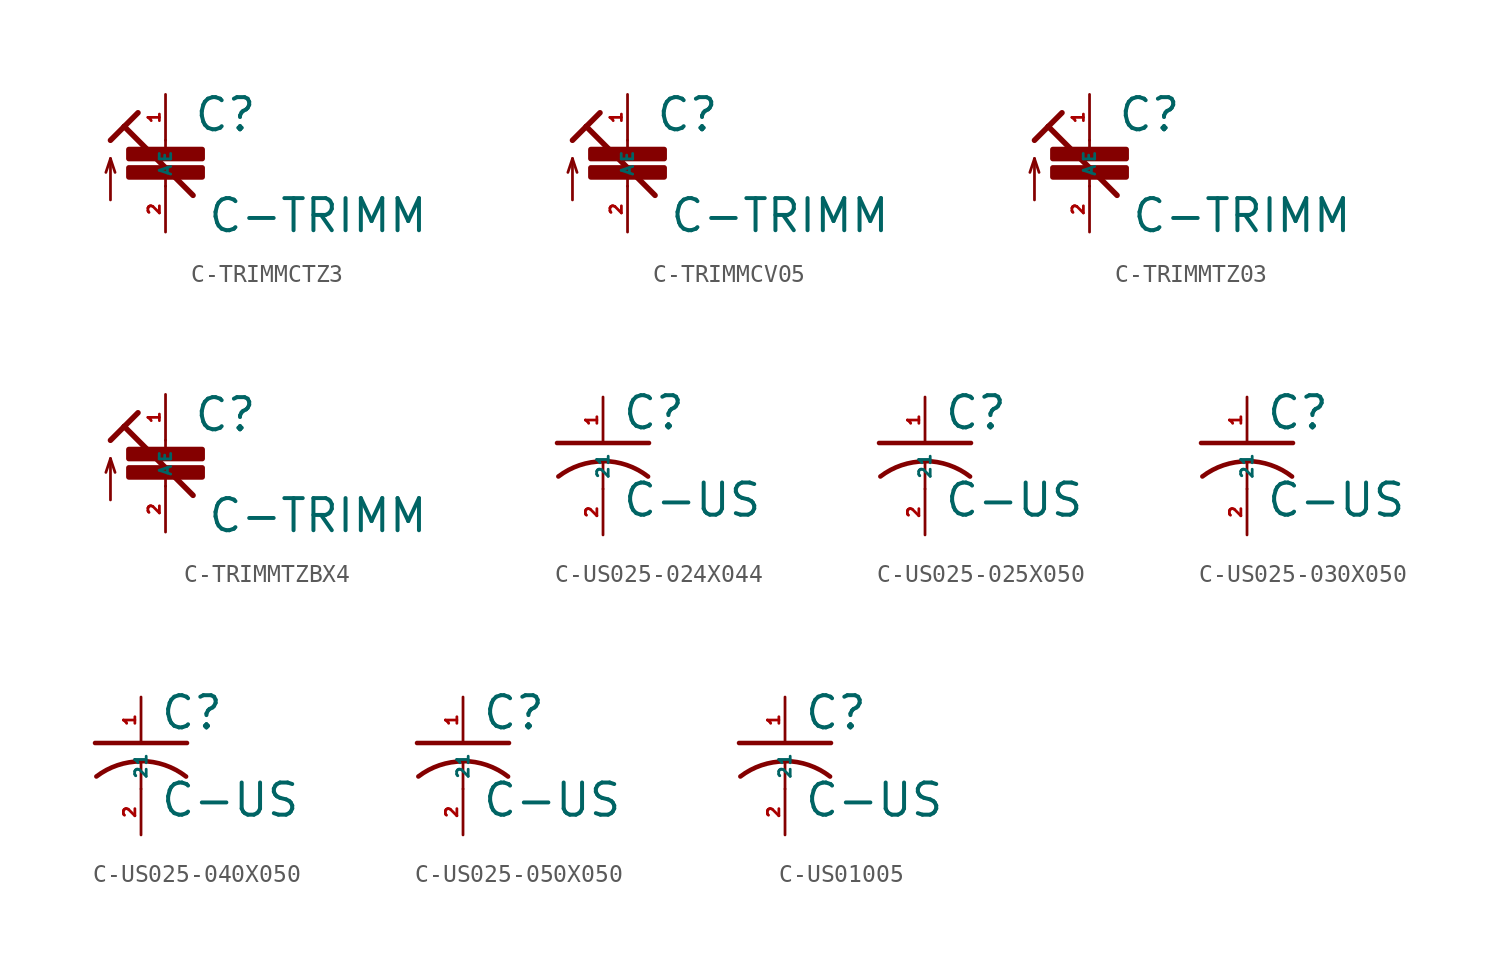
<source format=kicad_sym>
(kicad_symbol_lib
  (version 20220914)
  (generator Eagle2Kicad)
  (symbol "C-TRIMMCTZ3"
    (property "Reference" "C"
      (at 1.524 0.381 0)
      (effects (font (size 1.778 1.778) (thickness 0.22)) (justify left bottom)))
    (property "Value" "C-TRIMM"
      (at 2.286 -5.207 0)
      (effects (font (size 1.778 1.778) (thickness 0.22)) (justify left bottom)))
    (polyline
      (pts (xy 0 0) (xy 0 -0.508))
      (stroke (width 0.152) (type default))
      (fill (type none)))
    (polyline
      (pts (xy 0 -2.54) (xy 0 -2.032))
      (stroke (width 0.152) (type default))
      (fill (type none)))
    (polyline
      (pts (xy 1.524 -3.048) (xy -2.286 0.762))
      (stroke (width 0.305) (type default))
      (fill (type none)))
    (polyline
      (pts (xy -3.048 0) (xy -2.286 0.762))
      (stroke (width 0.305) (type default))
      (fill (type none)))
    (polyline
      (pts (xy -2.286 0.762) (xy -1.524 1.524))
      (stroke (width 0.305) (type default))
      (fill (type none)))
    (polyline
      (pts (xy -3.048 -3.302) (xy -3.048 -1.016))
      (stroke (width 0.152) (type default))
      (fill (type none)))
    (polyline
      (pts (xy -3.048 -1.016) (xy -3.302 -1.778))
      (stroke (width 0.152) (type default))
      (fill (type none)))
    (polyline
      (pts (xy -3.048 -1.016) (xy -2.794 -1.778))
      (stroke (width 0.152) (type default))
      (fill (type none)))
    (rectangle
      (start -2.032 -2.032)
      (end 2.032 -1.524)
      (stroke (width 0.3) (type default))
      (fill (type outline)))
    (rectangle
      (start -2.032 -1.016)
      (end 2.032 -0.508)
      (stroke (width 0.3) (type default))
      (fill (type outline)))
    (pin passive line
      (at 0 2.54 270)
      (length 2.54)
      (name "E" (effects (font (size 0.635 0.635) (thickness 0.08)) (justify left bottom)))
      (number "1" (effects (font (size 0.635 0.635) (thickness 0.08)) (justify left bottom))))
    (pin passive line
      (at 0 -5.08 90)
      (length 2.54)
      (name "A" (effects (font (size 0.635 0.635) (thickness 0.08)) (justify left bottom)))
      (number "2" (effects (font (size 0.635 0.635) (thickness 0.08)) (justify left bottom)))))
  (symbol "C-TRIMMCV05"
    (property "Reference" "C"
      (at 1.524 0.381 0)
      (effects (font (size 1.778 1.778) (thickness 0.22)) (justify left bottom)))
    (property "Value" "C-TRIMM"
      (at 2.286 -5.207 0)
      (effects (font (size 1.778 1.778) (thickness 0.22)) (justify left bottom)))
    (polyline
      (pts (xy 0 0) (xy 0 -0.508))
      (stroke (width 0.152) (type default))
      (fill (type none)))
    (polyline
      (pts (xy 0 -2.54) (xy 0 -2.032))
      (stroke (width 0.152) (type default))
      (fill (type none)))
    (polyline
      (pts (xy 1.524 -3.048) (xy -2.286 0.762))
      (stroke (width 0.305) (type default))
      (fill (type none)))
    (polyline
      (pts (xy -3.048 0) (xy -2.286 0.762))
      (stroke (width 0.305) (type default))
      (fill (type none)))
    (polyline
      (pts (xy -2.286 0.762) (xy -1.524 1.524))
      (stroke (width 0.305) (type default))
      (fill (type none)))
    (polyline
      (pts (xy -3.048 -3.302) (xy -3.048 -1.016))
      (stroke (width 0.152) (type default))
      (fill (type none)))
    (polyline
      (pts (xy -3.048 -1.016) (xy -3.302 -1.778))
      (stroke (width 0.152) (type default))
      (fill (type none)))
    (polyline
      (pts (xy -3.048 -1.016) (xy -2.794 -1.778))
      (stroke (width 0.152) (type default))
      (fill (type none)))
    (rectangle
      (start -2.032 -2.032)
      (end 2.032 -1.524)
      (stroke (width 0.3) (type default))
      (fill (type outline)))
    (rectangle
      (start -2.032 -1.016)
      (end 2.032 -0.508)
      (stroke (width 0.3) (type default))
      (fill (type outline)))
    (pin passive line
      (at 0 2.54 270)
      (length 2.54)
      (name "E" (effects (font (size 0.635 0.635) (thickness 0.08)) (justify left bottom)))
      (number "1" (effects (font (size 0.635 0.635) (thickness 0.08)) (justify left bottom))))
    (pin passive line
      (at 0 -5.08 90)
      (length 2.54)
      (name "A" (effects (font (size 0.635 0.635) (thickness 0.08)) (justify left bottom)))
      (number "2" (effects (font (size 0.635 0.635) (thickness 0.08)) (justify left bottom)))))
  (symbol "C-TRIMMTZ03"
    (property "Reference" "C"
      (at 1.524 0.381 0)
      (effects (font (size 1.778 1.778) (thickness 0.22)) (justify left bottom)))
    (property "Value" "C-TRIMM"
      (at 2.286 -5.207 0)
      (effects (font (size 1.778 1.778) (thickness 0.22)) (justify left bottom)))
    (polyline
      (pts (xy 0 0) (xy 0 -0.508))
      (stroke (width 0.152) (type default))
      (fill (type none)))
    (polyline
      (pts (xy 0 -2.54) (xy 0 -2.032))
      (stroke (width 0.152) (type default))
      (fill (type none)))
    (polyline
      (pts (xy 1.524 -3.048) (xy -2.286 0.762))
      (stroke (width 0.305) (type default))
      (fill (type none)))
    (polyline
      (pts (xy -3.048 0) (xy -2.286 0.762))
      (stroke (width 0.305) (type default))
      (fill (type none)))
    (polyline
      (pts (xy -2.286 0.762) (xy -1.524 1.524))
      (stroke (width 0.305) (type default))
      (fill (type none)))
    (polyline
      (pts (xy -3.048 -3.302) (xy -3.048 -1.016))
      (stroke (width 0.152) (type default))
      (fill (type none)))
    (polyline
      (pts (xy -3.048 -1.016) (xy -3.302 -1.778))
      (stroke (width 0.152) (type default))
      (fill (type none)))
    (polyline
      (pts (xy -3.048 -1.016) (xy -2.794 -1.778))
      (stroke (width 0.152) (type default))
      (fill (type none)))
    (rectangle
      (start -2.032 -2.032)
      (end 2.032 -1.524)
      (stroke (width 0.3) (type default))
      (fill (type outline)))
    (rectangle
      (start -2.032 -1.016)
      (end 2.032 -0.508)
      (stroke (width 0.3) (type default))
      (fill (type outline)))
    (pin passive line
      (at 0 2.54 270)
      (length 2.54)
      (name "E" (effects (font (size 0.635 0.635) (thickness 0.08)) (justify left bottom)))
      (number "1" (effects (font (size 0.635 0.635) (thickness 0.08)) (justify left bottom))))
    (pin passive line
      (at 0 -5.08 90)
      (length 2.54)
      (name "A" (effects (font (size 0.635 0.635) (thickness 0.08)) (justify left bottom)))
      (number "2" (effects (font (size 0.635 0.635) (thickness 0.08)) (justify left bottom)))))
  (symbol "C-TRIMMTZBX4"
    (property "Reference" "C"
      (at 1.524 0.381 0)
      (effects (font (size 1.778 1.778) (thickness 0.22)) (justify left bottom)))
    (property "Value" "C-TRIMM"
      (at 2.286 -5.207 0)
      (effects (font (size 1.778 1.778) (thickness 0.22)) (justify left bottom)))
    (polyline
      (pts (xy 0 0) (xy 0 -0.508))
      (stroke (width 0.152) (type default))
      (fill (type none)))
    (polyline
      (pts (xy 0 -2.54) (xy 0 -2.032))
      (stroke (width 0.152) (type default))
      (fill (type none)))
    (polyline
      (pts (xy 1.524 -3.048) (xy -2.286 0.762))
      (stroke (width 0.305) (type default))
      (fill (type none)))
    (polyline
      (pts (xy -3.048 0) (xy -2.286 0.762))
      (stroke (width 0.305) (type default))
      (fill (type none)))
    (polyline
      (pts (xy -2.286 0.762) (xy -1.524 1.524))
      (stroke (width 0.305) (type default))
      (fill (type none)))
    (polyline
      (pts (xy -3.048 -3.302) (xy -3.048 -1.016))
      (stroke (width 0.152) (type default))
      (fill (type none)))
    (polyline
      (pts (xy -3.048 -1.016) (xy -3.302 -1.778))
      (stroke (width 0.152) (type default))
      (fill (type none)))
    (polyline
      (pts (xy -3.048 -1.016) (xy -2.794 -1.778))
      (stroke (width 0.152) (type default))
      (fill (type none)))
    (rectangle
      (start -2.032 -2.032)
      (end 2.032 -1.524)
      (stroke (width 0.3) (type default))
      (fill (type outline)))
    (rectangle
      (start -2.032 -1.016)
      (end 2.032 -0.508)
      (stroke (width 0.3) (type default))
      (fill (type outline)))
    (pin passive line
      (at 0 2.54 270)
      (length 2.54)
      (name "E" (effects (font (size 0.635 0.635) (thickness 0.08)) (justify left bottom)))
      (number "1" (effects (font (size 0.635 0.635) (thickness 0.08)) (justify left bottom))))
    (pin passive line
      (at 0 -5.08 90)
      (length 2.54)
      (name "A" (effects (font (size 0.635 0.635) (thickness 0.08)) (justify left bottom)))
      (number "2" (effects (font (size 0.635 0.635) (thickness 0.08)) (justify left bottom)))))
  (symbol "C-US025-024X044"
    (property "Reference" "C"
      (at 1.016 0.635 0)
      (effects (font (size 1.778 1.778) (thickness 0.22)) (justify left bottom)))
    (property "Value" "C-US"
      (at 1.016 -4.191 0)
      (effects (font (size 1.778 1.778) (thickness 0.22)) (justify left bottom)))
    (polyline
      (pts (xy -2.54 0) (xy 2.54 0))
      (stroke (width 0.254) (type default))
      (fill (type none)))
    (polyline
      (pts (xy 0 -1.016) (xy 0 -2.54))
      (stroke (width 0.152) (type default))
      (fill (type none)))
    (arc
      (start 2.4892 -1.8542)
      (mid 1.316 -1.220)
      (end 0 -1)
      (stroke (width 0.254) (type default))
      (fill (type none)))
    (arc
      (start 0 -1.0161)
      (mid -1.302 -1.230)
      (end -2.4668 -1.8504)
      (stroke (width 0.254) (type default))
      (fill (type none)))
    (pin passive line
      (at 0 2.54 270)
      (length 2.54)
      (name "1" (effects (font (size 0.635 0.635) (thickness 0.08)) (justify left bottom)))
      (number "1" (effects (font (size 0.635 0.635) (thickness 0.08)) (justify left bottom))))
    (pin passive line
      (at 0 -5.08 90)
      (length 2.54)
      (name "2" (effects (font (size 0.635 0.635) (thickness 0.08)) (justify left bottom)))
      (number "2" (effects (font (size 0.635 0.635) (thickness 0.08)) (justify left bottom)))))
  (symbol "C-US025-025X050"
    (property "Reference" "C"
      (at 1.016 0.635 0)
      (effects (font (size 1.778 1.778) (thickness 0.22)) (justify left bottom)))
    (property "Value" "C-US"
      (at 1.016 -4.191 0)
      (effects (font (size 1.778 1.778) (thickness 0.22)) (justify left bottom)))
    (polyline
      (pts (xy -2.54 0) (xy 2.54 0))
      (stroke (width 0.254) (type default))
      (fill (type none)))
    (polyline
      (pts (xy 0 -1.016) (xy 0 -2.54))
      (stroke (width 0.152) (type default))
      (fill (type none)))
    (arc
      (start 2.4892 -1.8542)
      (mid 1.316 -1.220)
      (end 0 -1)
      (stroke (width 0.254) (type default))
      (fill (type none)))
    (arc
      (start 0 -1.0161)
      (mid -1.302 -1.230)
      (end -2.4668 -1.8504)
      (stroke (width 0.254) (type default))
      (fill (type none)))
    (pin passive line
      (at 0 2.54 270)
      (length 2.54)
      (name "1" (effects (font (size 0.635 0.635) (thickness 0.08)) (justify left bottom)))
      (number "1" (effects (font (size 0.635 0.635) (thickness 0.08)) (justify left bottom))))
    (pin passive line
      (at 0 -5.08 90)
      (length 2.54)
      (name "2" (effects (font (size 0.635 0.635) (thickness 0.08)) (justify left bottom)))
      (number "2" (effects (font (size 0.635 0.635) (thickness 0.08)) (justify left bottom)))))
  (symbol "C-US025-030X050"
    (property "Reference" "C"
      (at 1.016 0.635 0)
      (effects (font (size 1.778 1.778) (thickness 0.22)) (justify left bottom)))
    (property "Value" "C-US"
      (at 1.016 -4.191 0)
      (effects (font (size 1.778 1.778) (thickness 0.22)) (justify left bottom)))
    (polyline
      (pts (xy -2.54 0) (xy 2.54 0))
      (stroke (width 0.254) (type default))
      (fill (type none)))
    (polyline
      (pts (xy 0 -1.016) (xy 0 -2.54))
      (stroke (width 0.152) (type default))
      (fill (type none)))
    (arc
      (start 2.4892 -1.8542)
      (mid 1.316 -1.220)
      (end 0 -1)
      (stroke (width 0.254) (type default))
      (fill (type none)))
    (arc
      (start 0 -1.0161)
      (mid -1.302 -1.230)
      (end -2.4668 -1.8504)
      (stroke (width 0.254) (type default))
      (fill (type none)))
    (pin passive line
      (at 0 2.54 270)
      (length 2.54)
      (name "1" (effects (font (size 0.635 0.635) (thickness 0.08)) (justify left bottom)))
      (number "1" (effects (font (size 0.635 0.635) (thickness 0.08)) (justify left bottom))))
    (pin passive line
      (at 0 -5.08 90)
      (length 2.54)
      (name "2" (effects (font (size 0.635 0.635) (thickness 0.08)) (justify left bottom)))
      (number "2" (effects (font (size 0.635 0.635) (thickness 0.08)) (justify left bottom)))))
  (symbol "C-US025-040X050"
    (property "Reference" "C"
      (at 1.016 0.635 0)
      (effects (font (size 1.778 1.778) (thickness 0.22)) (justify left bottom)))
    (property "Value" "C-US"
      (at 1.016 -4.191 0)
      (effects (font (size 1.778 1.778) (thickness 0.22)) (justify left bottom)))
    (polyline
      (pts (xy -2.54 0) (xy 2.54 0))
      (stroke (width 0.254) (type default))
      (fill (type none)))
    (polyline
      (pts (xy 0 -1.016) (xy 0 -2.54))
      (stroke (width 0.152) (type default))
      (fill (type none)))
    (arc
      (start 2.4892 -1.8542)
      (mid 1.316 -1.220)
      (end 0 -1)
      (stroke (width 0.254) (type default))
      (fill (type none)))
    (arc
      (start 0 -1.0161)
      (mid -1.302 -1.230)
      (end -2.4668 -1.8504)
      (stroke (width 0.254) (type default))
      (fill (type none)))
    (pin passive line
      (at 0 2.54 270)
      (length 2.54)
      (name "1" (effects (font (size 0.635 0.635) (thickness 0.08)) (justify left bottom)))
      (number "1" (effects (font (size 0.635 0.635) (thickness 0.08)) (justify left bottom))))
    (pin passive line
      (at 0 -5.08 90)
      (length 2.54)
      (name "2" (effects (font (size 0.635 0.635) (thickness 0.08)) (justify left bottom)))
      (number "2" (effects (font (size 0.635 0.635) (thickness 0.08)) (justify left bottom)))))
  (symbol "C-US025-050X050"
    (property "Reference" "C"
      (at 1.016 0.635 0)
      (effects (font (size 1.778 1.778) (thickness 0.22)) (justify left bottom)))
    (property "Value" "C-US"
      (at 1.016 -4.191 0)
      (effects (font (size 1.778 1.778) (thickness 0.22)) (justify left bottom)))
    (polyline
      (pts (xy -2.54 0) (xy 2.54 0))
      (stroke (width 0.254) (type default))
      (fill (type none)))
    (polyline
      (pts (xy 0 -1.016) (xy 0 -2.54))
      (stroke (width 0.152) (type default))
      (fill (type none)))
    (arc
      (start 2.4892 -1.8542)
      (mid 1.316 -1.220)
      (end 0 -1)
      (stroke (width 0.254) (type default))
      (fill (type none)))
    (arc
      (start 0 -1.0161)
      (mid -1.302 -1.230)
      (end -2.4668 -1.8504)
      (stroke (width 0.254) (type default))
      (fill (type none)))
    (pin passive line
      (at 0 2.54 270)
      (length 2.54)
      (name "1" (effects (font (size 0.635 0.635) (thickness 0.08)) (justify left bottom)))
      (number "1" (effects (font (size 0.635 0.635) (thickness 0.08)) (justify left bottom))))
    (pin passive line
      (at 0 -5.08 90)
      (length 2.54)
      (name "2" (effects (font (size 0.635 0.635) (thickness 0.08)) (justify left bottom)))
      (number "2" (effects (font (size 0.635 0.635) (thickness 0.08)) (justify left bottom)))))
  (symbol "C-US01005"
    (property "Reference" "C"
      (at 1.016 0.635 0)
      (effects (font (size 1.778 1.778) (thickness 0.22)) (justify left bottom)))
    (property "Value" "C-US"
      (at 1.016 -4.191 0)
      (effects (font (size 1.778 1.778) (thickness 0.22)) (justify left bottom)))
    (polyline
      (pts (xy -2.54 0) (xy 2.54 0))
      (stroke (width 0.254) (type default))
      (fill (type none)))
    (polyline
      (pts (xy 0 -1.016) (xy 0 -2.54))
      (stroke (width 0.152) (type default))
      (fill (type none)))
    (arc
      (start 2.4892 -1.8542)
      (mid 1.316 -1.220)
      (end 0 -1)
      (stroke (width 0.254) (type default))
      (fill (type none)))
    (arc
      (start 0 -1.0161)
      (mid -1.302 -1.230)
      (end -2.4668 -1.8504)
      (stroke (width 0.254) (type default))
      (fill (type none)))
    (pin passive line
      (at 0 2.54 270)
      (length 2.54)
      (name "1" (effects (font (size 0.635 0.635) (thickness 0.08)) (justify left bottom)))
      (number "1" (effects (font (size 0.635 0.635) (thickness 0.08)) (justify left bottom))))
    (pin passive line
      (at 0 -5.08 90)
      (length 2.54)
      (name "2" (effects (font (size 0.635 0.635) (thickness 0.08)) (justify left bottom)))
      (number "2" (effects (font (size 0.635 0.635) (thickness 0.08)) (justify left bottom))))))
</source>
